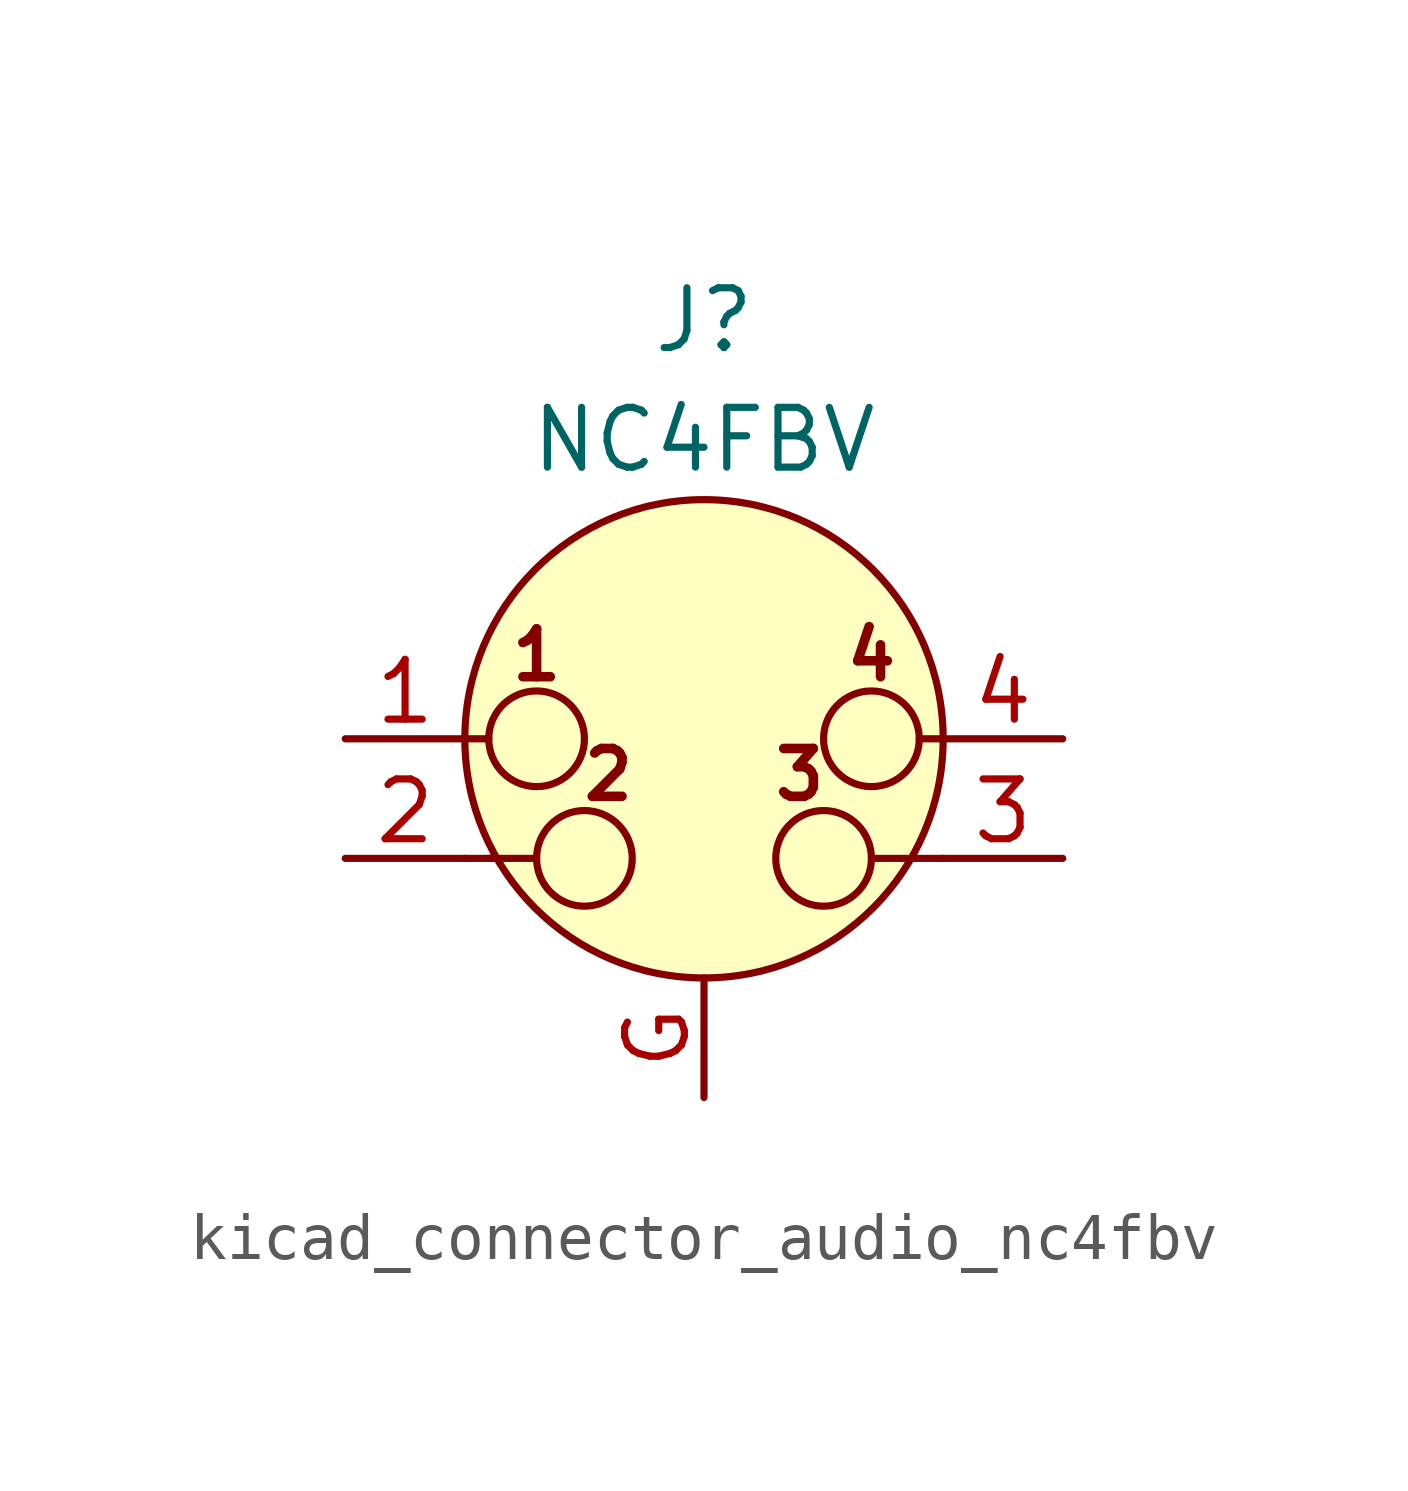
<source format=kicad_sym>
(kicad_symbol_lib
  (version 20220914)
  (generator kicad_symbol_editor)
  (symbol "kicad_connector_audio_nc4fbv"
    (pin_names hide)
    (property "Reference" "J"
      (at 0 8.89 0)
      (effects (font (size 1.27 1.27))))
    (property "Value" "NC4FBV"
      (at 0 6.35 0)
      (effects (font (size 1.27 1.27))))
    (symbol "kicad_connector_audio_nc4fbv_0_1"
      (circle (center -3.556 0) (radius 1.016) (stroke (width 0) (type default)) (fill (type none)))
      (circle (center -2.54 -2.54) (radius 1.016) (stroke (width 0) (type default)) (fill (type none)))
      (polyline (pts (xy -5.08 -2.54) (xy -4.445 -2.54)) (stroke (width 0) (type default)) (fill (type none)))
      (polyline (pts (xy -5.08 0) (xy -4.572 0)) (stroke (width 0) (type default)) (fill (type none)))
      (polyline (pts (xy -4.572 -2.54) (xy -3.556 -2.54)) (stroke (width 0) (type default)) (fill (type none)))
      (polyline (pts (xy 4.318 -2.54) (xy 3.556 -2.54)) (stroke (width 0) (type default)) (fill (type none)))
      (polyline (pts (xy 5.08 -2.54) (xy 4.445 -2.54)) (stroke (width 0) (type default)) (fill (type none)))
      (polyline (pts (xy 5.08 0) (xy 4.572 0)) (stroke (width 0) (type default)) (fill (type none)))
      (circle (center 0 0) (radius 5.08) (stroke (width 0) (type default)) (fill (type background)))
      (circle (center 2.54 -2.54) (radius 1.016) (stroke (width 0) (type default)) (fill (type none)))
      (circle (center 3.556 0) (radius 1.016) (stroke (width 0) (type default)) (fill (type none)))
      (text "1" (at -3.556 1.778 0) (effects (font (size 1.016 1.016) bold)))
      (text "2" (at -2.032 -0.762 0) (effects (font (size 1.016 1.016) bold)))
      (text "3" (at 2.032 -0.762 0) (effects (font (size 1.016 1.016) bold)))
      (text "4" (at 3.556 1.778 0) (effects (font (size 1.016 1.016) bold))))
    (symbol "kicad_connector_audio_nc4fbv_1_1"
      (pin passive line (at -7.62 0 0) (length 2.54) (name "~" (effects (font (size 1.27 1.27)))) (number "1" (effects (font (size 1.27 1.27)))))
      (pin passive line (at -7.62 -2.54 0) (length 2.54) (name "~" (effects (font (size 1.27 1.27)))) (number "2" (effects (font (size 1.27 1.27)))))
      (pin passive line (at 7.62 -2.54 180) (length 2.54) (name "~" (effects (font (size 1.27 1.27)))) (number "3" (effects (font (size 1.27 1.27)))))
      (pin passive line (at 7.62 0 180) (length 2.54) (name "~" (effects (font (size 1.27 1.27)))) (number "4" (effects (font (size 1.27 1.27)))))
      (pin passive line (at 0 -7.62 90) (length 2.54) (name "~" (effects (font (size 1.27 1.27)))) (number "G" (effects (font (size 1.27 1.27))))))))
</source>
